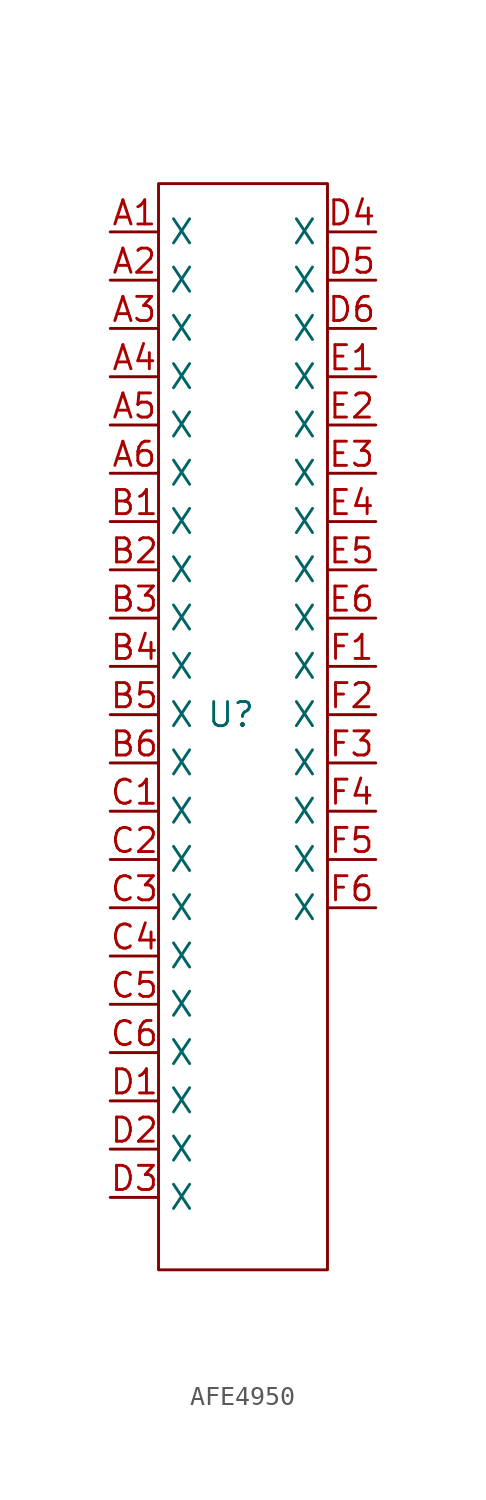
<source format=kicad_sym>
(kicad_symbol_lib
  (version 20220914)
  (generator kicad_symbol_editor)
  (symbol "AFE4950"
    (property "Reference" "U"
      (at 6.35 -7.62 0)
      (effects (font (size 1.27 1.27))))
    (property "Value" ""
      (at 0 0 0)
      (effects (font (size 1.27 1.27))))
    (symbol "AFE4950_0_1"
      (rectangle (start 2.54 20.32) (end 11.43 -36.83) (stroke (width 0) (type default)) (fill (type none))))
    (symbol "AFE4950_1_1"
      (pin input line (at 0 17.78 0) (length 2.54) (name "X" (effects (font (size 1.27 1.27)))) (number "A1" (effects (font (size 1.27 1.27)))))
      (pin input line (at 0 15.24 0) (length 2.54) (name "X" (effects (font (size 1.27 1.27)))) (number "A2" (effects (font (size 1.27 1.27)))))
      (pin input line (at 0 12.7 0) (length 2.54) (name "X" (effects (font (size 1.27 1.27)))) (number "A3" (effects (font (size 1.27 1.27)))))
      (pin input line (at 0 10.16 0) (length 2.54) (name "X" (effects (font (size 1.27 1.27)))) (number "A4" (effects (font (size 1.27 1.27)))))
      (pin input line (at 0 7.62 0) (length 2.54) (name "X" (effects (font (size 1.27 1.27)))) (number "A5" (effects (font (size 1.27 1.27)))))
      (pin input line (at 0 5.08 0) (length 2.54) (name "X" (effects (font (size 1.27 1.27)))) (number "A6" (effects (font (size 1.27 1.27)))))
      (pin input line (at 0 2.54 0) (length 2.54) (name "X" (effects (font (size 1.27 1.27)))) (number "B1" (effects (font (size 1.27 1.27)))))
      (pin input line (at 0 0 0) (length 2.54) (name "X" (effects (font (size 1.27 1.27)))) (number "B2" (effects (font (size 1.27 1.27)))))
      (pin input line (at 0 -2.54 0) (length 2.54) (name "X" (effects (font (size 1.27 1.27)))) (number "B3" (effects (font (size 1.27 1.27)))))
      (pin input line (at 0 -5.08 0) (length 2.54) (name "X" (effects (font (size 1.27 1.27)))) (number "B4" (effects (font (size 1.27 1.27)))))
      (pin input line (at 0 -7.62 0) (length 2.54) (name "X" (effects (font (size 1.27 1.27)))) (number "B5" (effects (font (size 1.27 1.27)))))
      (pin input line (at 0 -10.16 0) (length 2.54) (name "X" (effects (font (size 1.27 1.27)))) (number "B6" (effects (font (size 1.27 1.27)))))
      (pin input line (at 0 -12.7 0) (length 2.54) (name "X" (effects (font (size 1.27 1.27)))) (number "C1" (effects (font (size 1.27 1.27)))))
      (pin input line (at 0 -15.24 0) (length 2.54) (name "X" (effects (font (size 1.27 1.27)))) (number "C2" (effects (font (size 1.27 1.27)))))
      (pin input line (at 0 -17.78 0) (length 2.54) (name "X" (effects (font (size 1.27 1.27)))) (number "C3" (effects (font (size 1.27 1.27)))))
      (pin input line (at 0 -20.32 0) (length 2.54) (name "X" (effects (font (size 1.27 1.27)))) (number "C4" (effects (font (size 1.27 1.27)))))
      (pin input line (at 0 -22.86 0) (length 2.54) (name "X" (effects (font (size 1.27 1.27)))) (number "C5" (effects (font (size 1.27 1.27)))))
      (pin input line (at 0 -25.4 0) (length 2.54) (name "X" (effects (font (size 1.27 1.27)))) (number "C6" (effects (font (size 1.27 1.27)))))
      (pin input line (at 0 -27.94 0) (length 2.54) (name "X" (effects (font (size 1.27 1.27)))) (number "D1" (effects (font (size 1.27 1.27)))))
      (pin input line (at 0 -30.48 0) (length 2.54) (name "X" (effects (font (size 1.27 1.27)))) (number "D2" (effects (font (size 1.27 1.27)))))
      (pin input line (at 0 -33.02 0) (length 2.54) (name "X" (effects (font (size 1.27 1.27)))) (number "D3" (effects (font (size 1.27 1.27)))))
      (pin input line (at 13.97 17.78 180) (length 2.54) (name "X" (effects (font (size 1.27 1.27)))) (number "D4" (effects (font (size 1.27 1.27)))))
      (pin input line (at 13.97 15.24 180) (length 2.54) (name "X" (effects (font (size 1.27 1.27)))) (number "D5" (effects (font (size 1.27 1.27)))))
      (pin input line (at 13.97 12.7 180) (length 2.54) (name "X" (effects (font (size 1.27 1.27)))) (number "D6" (effects (font (size 1.27 1.27)))))
      (pin input line (at 13.97 10.16 180) (length 2.54) (name "X" (effects (font (size 1.27 1.27)))) (number "E1" (effects (font (size 1.27 1.27)))))
      (pin input line (at 13.97 7.62 180) (length 2.54) (name "X" (effects (font (size 1.27 1.27)))) (number "E2" (effects (font (size 1.27 1.27)))))
      (pin input line (at 13.97 5.08 180) (length 2.54) (name "X" (effects (font (size 1.27 1.27)))) (number "E3" (effects (font (size 1.27 1.27)))))
      (pin input line (at 13.97 2.54 180) (length 2.54) (name "X" (effects (font (size 1.27 1.27)))) (number "E4" (effects (font (size 1.27 1.27)))))
      (pin input line (at 13.97 0 180) (length 2.54) (name "X" (effects (font (size 1.27 1.27)))) (number "E5" (effects (font (size 1.27 1.27)))))
      (pin input line (at 13.97 -2.54 180) (length 2.54) (name "X" (effects (font (size 1.27 1.27)))) (number "E6" (effects (font (size 1.27 1.27)))))
      (pin input line (at 13.97 -5.08 180) (length 2.54) (name "X" (effects (font (size 1.27 1.27)))) (number "F1" (effects (font (size 1.27 1.27)))))
      (pin input line (at 13.97 -7.62 180) (length 2.54) (name "X" (effects (font (size 1.27 1.27)))) (number "F2" (effects (font (size 1.27 1.27)))))
      (pin input line (at 13.97 -10.16 180) (length 2.54) (name "X" (effects (font (size 1.27 1.27)))) (number "F3" (effects (font (size 1.27 1.27)))))
      (pin input line (at 13.97 -12.7 180) (length 2.54) (name "X" (effects (font (size 1.27 1.27)))) (number "F4" (effects (font (size 1.27 1.27)))))
      (pin input line (at 13.97 -15.24 180) (length 2.54) (name "X" (effects (font (size 1.27 1.27)))) (number "F5" (effects (font (size 1.27 1.27)))))
      (pin input line (at 13.97 -17.78 180) (length 2.54) (name "X" (effects (font (size 1.27 1.27)))) (number "F6" (effects (font (size 1.27 1.27))))))))
</source>
